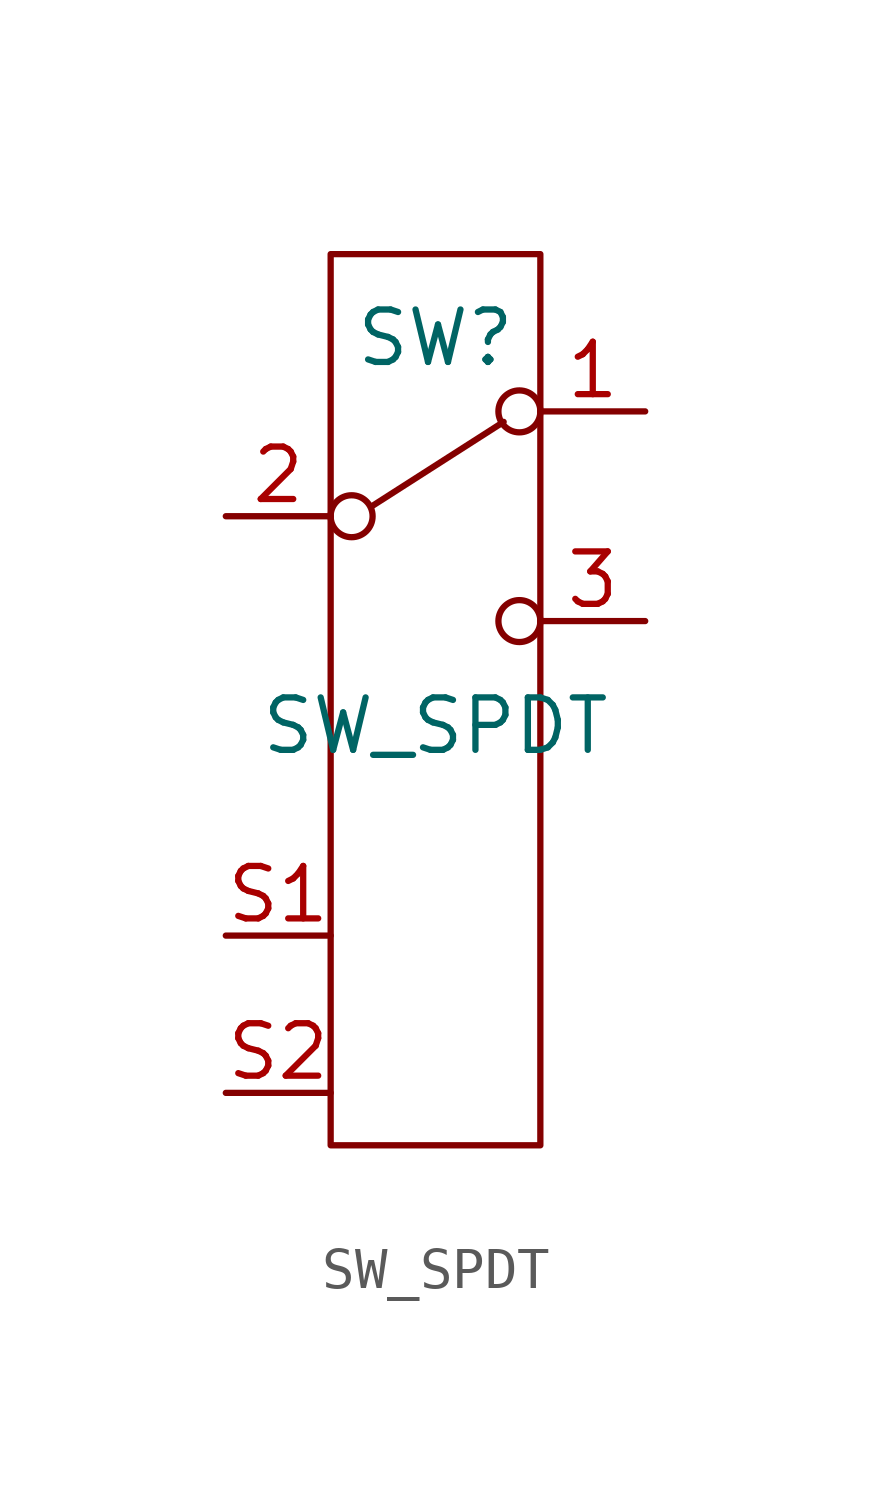
<source format=kicad_sym>
(kicad_symbol_lib
  (version 20211014)
  (generator kicad_symbol_editor)
  (symbol "SW_SPDT"
    (pin_names
      (offset 0) hide)
    (property "Reference" "SW"
      (at 0 4.318 0)
      (effects (font (size 1.27 1.27))))
    (property "Value" "SW_SPDT"
      (at 0 -5.08 0)
      (effects (font (size 1.27 1.27))))
    (symbol "SW_SPDT_0_0"
      (circle (center -2.032 0) (radius 0.508) (stroke (width 0) (type default) (color 0 0 0 0)) (fill (type none)))
      (circle (center 2.032 -2.54) (radius 0.508) (stroke (width 0) (type default) (color 0 0 0 0)) (fill (type none))))
    (symbol "SW_SPDT_0_1"
      (polyline (pts (xy -1.524 0.254) (xy 1.651 2.286)) (stroke (width 0) (type default) (color 0 0 0 0)) (fill (type none)))
      (polyline (pts (xy -2.54 -15.24) (xy -2.54 6.35) (xy 2.54 6.35) (xy 2.54 -15.24) (xy -2.54 -15.24)) (stroke (width 0) (type default) (color 0 0 0 0)) (fill (type none)))
      (circle (center 2.032 2.54) (radius 0.508) (stroke (width 0) (type default) (color 0 0 0 0)) (fill (type none))))
    (symbol "SW_SPDT_1_1"
      (pin passive line (at 5.08 2.54 180) (length 2.54) (name "A" (effects (font (size 1.27 1.27)))) (number "1" (effects (font (size 1.27 1.27)))))
      (pin passive line (at -5.08 0 0) (length 2.54) (name "B" (effects (font (size 1.27 1.27)))) (number "2" (effects (font (size 1.27 1.27)))))
      (pin passive line (at 5.08 -2.54 180) (length 2.54) (name "C" (effects (font (size 1.27 1.27)))) (number "3" (effects (font (size 1.27 1.27)))))
      (pin unspecified line (at -5.08 -10.16 0) (length 2.54) (name "S1" (effects (font (size 1.27 1.27)))) (number "S1" (effects (font (size 1.27 1.27)))))
      (pin unspecified line (at -5.08 -13.97 0) (length 2.54) (name "S2" (effects (font (size 1.27 1.27)))) (number "S2" (effects (font (size 1.27 1.27))))))))
</source>
